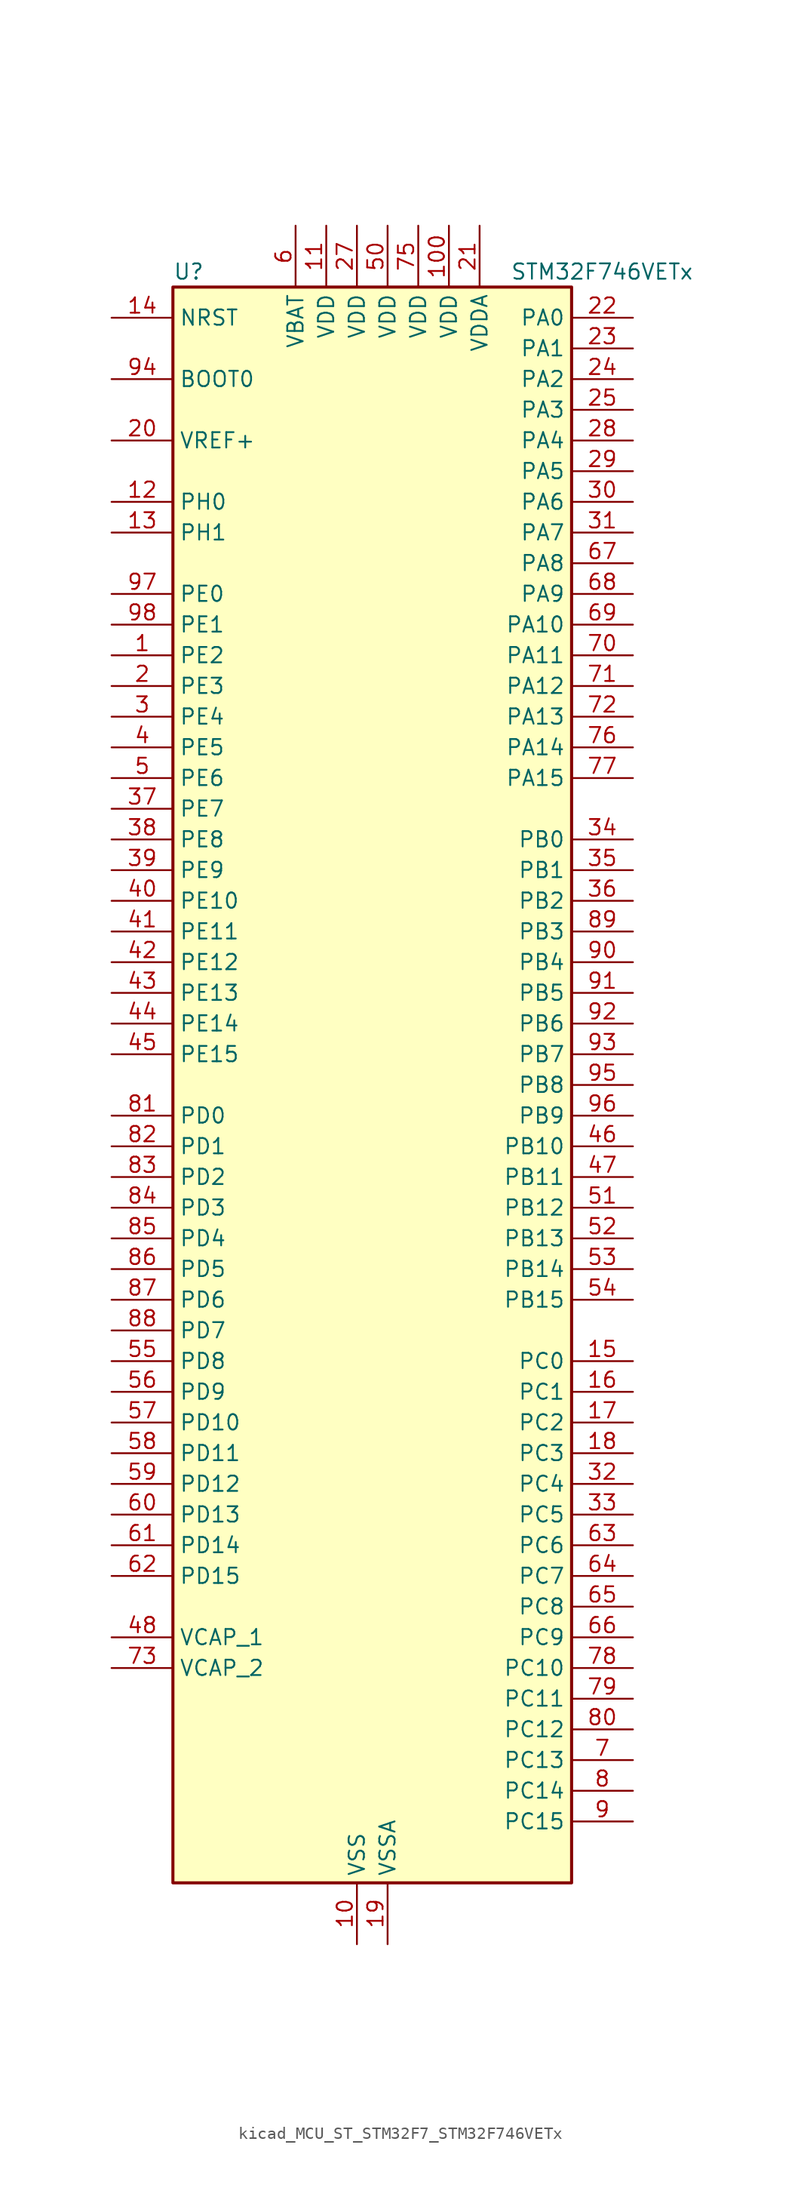
<source format=kicad_sym>
(kicad_symbol_lib
  (version 20220914)
  (generator kicad_symbol_editor)
  (symbol "kicad_MCU_ST_STM32F7_STM32F746VETx"
    (property "Reference" "U"
      (at -15.24 67.31 0)
      (effects (font (size 1.27 1.27)) (justify left)))
    (property "Value" "STM32F746VETx"
      (at 12.7 67.31 0)
      (effects (font (size 1.27 1.27)) (justify left)))
    (property "ki_locked" ""
      (at 0 0 0)
      (effects (font (size 1.27 1.27))))
    (symbol "kicad_MCU_ST_STM32F7_STM32F746VETx_0_1"
      (rectangle (start -15.24 -66.04) (end 17.78 66.04) (stroke (width 0.254) (type default)) (fill (type background))))
    (symbol "kicad_MCU_ST_STM32F7_STM32F746VETx_1_1"
      (pin bidirectional line (at -20.32 35.56 0) (length 5.08) (name "PE2" (effects (font (size 1.27 1.27)))) (number "1" (effects (font (size 1.27 1.27)))) (alternate "ETH_TXD3" bidirectional line) (alternate "FMC_A23" bidirectional line) (alternate "QUADSPI_BK1_IO2" bidirectional line) (alternate "SAI1_MCLK_A" bidirectional line) (alternate "SPI4_SCK" bidirectional line) (alternate "SYS_TRACECLK" bidirectional line))
      (pin power_in line (at 0 -71.12 90) (length 5.08) (name "VSS" (effects (font (size 1.27 1.27)))) (number "10" (effects (font (size 1.27 1.27)))))
      (pin power_in line (at 7.62 71.12 270) (length 5.08) (name "VDD" (effects (font (size 1.27 1.27)))) (number "100" (effects (font (size 1.27 1.27)))))
      (pin power_in line (at -2.54 71.12 270) (length 5.08) (name "VDD" (effects (font (size 1.27 1.27)))) (number "11" (effects (font (size 1.27 1.27)))))
      (pin bidirectional line (at -20.32 48.26 0) (length 5.08) (name "PH0" (effects (font (size 1.27 1.27)))) (number "12" (effects (font (size 1.27 1.27)))) (alternate "RCC_OSC_IN" bidirectional line))
      (pin bidirectional line (at -20.32 45.72 0) (length 5.08) (name "PH1" (effects (font (size 1.27 1.27)))) (number "13" (effects (font (size 1.27 1.27)))) (alternate "RCC_OSC_OUT" bidirectional line))
      (pin input line (at -20.32 63.5 0) (length 5.08) (name "NRST" (effects (font (size 1.27 1.27)))) (number "14" (effects (font (size 1.27 1.27)))))
      (pin bidirectional line (at 22.86 -22.86 180) (length 5.08) (name "PC0" (effects (font (size 1.27 1.27)))) (number "15" (effects (font (size 1.27 1.27)))) (alternate "ADC1_IN10" bidirectional line) (alternate "ADC2_IN10" bidirectional line) (alternate "ADC3_IN10" bidirectional line) (alternate "FMC_SDNWE" bidirectional line) (alternate "LTDC_R5" bidirectional line) (alternate "SAI2_FS_B" bidirectional line) (alternate "USB_OTG_HS_ULPI_STP" bidirectional line))
      (pin bidirectional line (at 22.86 -25.4 180) (length 5.08) (name "PC1" (effects (font (size 1.27 1.27)))) (number "16" (effects (font (size 1.27 1.27)))) (alternate "ADC1_IN11" bidirectional line) (alternate "ADC2_IN11" bidirectional line) (alternate "ADC3_IN11" bidirectional line) (alternate "ETH_MDC" bidirectional line) (alternate "I2S2_SD" bidirectional line) (alternate "RTC_TAMP3" bidirectional line) (alternate "RTC_TS" bidirectional line) (alternate "SAI1_SD_A" bidirectional line) (alternate "SPI2_MOSI" bidirectional line) (alternate "SYS_TRACED0" bidirectional line) (alternate "SYS_WKUP3" bidirectional line))
      (pin bidirectional line (at 22.86 -27.94 180) (length 5.08) (name "PC2" (effects (font (size 1.27 1.27)))) (number "17" (effects (font (size 1.27 1.27)))) (alternate "ADC1_IN12" bidirectional line) (alternate "ADC2_IN12" bidirectional line) (alternate "ADC3_IN12" bidirectional line) (alternate "ETH_TXD2" bidirectional line) (alternate "FMC_SDNE0" bidirectional line) (alternate "SPI2_MISO" bidirectional line) (alternate "USB_OTG_HS_ULPI_DIR" bidirectional line))
      (pin bidirectional line (at 22.86 -30.48 180) (length 5.08) (name "PC3" (effects (font (size 1.27 1.27)))) (number "18" (effects (font (size 1.27 1.27)))) (alternate "ADC1_IN13" bidirectional line) (alternate "ADC2_IN13" bidirectional line) (alternate "ADC3_IN13" bidirectional line) (alternate "ETH_TX_CLK" bidirectional line) (alternate "FMC_SDCKE0" bidirectional line) (alternate "I2S2_SD" bidirectional line) (alternate "SPI2_MOSI" bidirectional line) (alternate "USB_OTG_HS_ULPI_NXT" bidirectional line))
      (pin power_in line (at 2.54 -71.12 90) (length 5.08) (name "VSSA" (effects (font (size 1.27 1.27)))) (number "19" (effects (font (size 1.27 1.27)))))
      (pin bidirectional line (at -20.32 33.02 0) (length 5.08) (name "PE3" (effects (font (size 1.27 1.27)))) (number "2" (effects (font (size 1.27 1.27)))) (alternate "FMC_A19" bidirectional line) (alternate "SAI1_SD_B" bidirectional line) (alternate "SYS_TRACED0" bidirectional line))
      (pin input line (at -20.32 53.34 0) (length 5.08) (name "VREF+" (effects (font (size 1.27 1.27)))) (number "20" (effects (font (size 1.27 1.27)))))
      (pin power_in line (at 10.16 71.12 270) (length 5.08) (name "VDDA" (effects (font (size 1.27 1.27)))) (number "21" (effects (font (size 1.27 1.27)))))
      (pin bidirectional line (at 22.86 63.5 180) (length 5.08) (name "PA0" (effects (font (size 1.27 1.27)))) (number "22" (effects (font (size 1.27 1.27)))) (alternate "ADC1_IN0" bidirectional line) (alternate "ADC2_IN0" bidirectional line) (alternate "ADC3_IN0" bidirectional line) (alternate "ETH_CRS" bidirectional line) (alternate "SAI2_SD_B" bidirectional line) (alternate "SYS_WKUP1" bidirectional line) (alternate "TIM2_CH1" bidirectional line) (alternate "TIM2_ETR" bidirectional line) (alternate "TIM5_CH1" bidirectional line) (alternate "TIM8_ETR" bidirectional line) (alternate "UART4_TX" bidirectional line) (alternate "USART2_CTS" bidirectional line))
      (pin bidirectional line (at 22.86 60.96 180) (length 5.08) (name "PA1" (effects (font (size 1.27 1.27)))) (number "23" (effects (font (size 1.27 1.27)))) (alternate "ADC1_IN1" bidirectional line) (alternate "ADC2_IN1" bidirectional line) (alternate "ADC3_IN1" bidirectional line) (alternate "ETH_REF_CLK" bidirectional line) (alternate "ETH_RX_CLK" bidirectional line) (alternate "LTDC_R2" bidirectional line) (alternate "QUADSPI_BK1_IO3" bidirectional line) (alternate "SAI2_MCLK_B" bidirectional line) (alternate "TIM2_CH2" bidirectional line) (alternate "TIM5_CH2" bidirectional line) (alternate "UART4_RX" bidirectional line) (alternate "USART2_DE" bidirectional line) (alternate "USART2_RTS" bidirectional line))
      (pin bidirectional line (at 22.86 58.42 180) (length 5.08) (name "PA2" (effects (font (size 1.27 1.27)))) (number "24" (effects (font (size 1.27 1.27)))) (alternate "ADC1_IN2" bidirectional line) (alternate "ADC2_IN2" bidirectional line) (alternate "ADC3_IN2" bidirectional line) (alternate "ETH_MDIO" bidirectional line) (alternate "LTDC_R1" bidirectional line) (alternate "SAI2_SCK_B" bidirectional line) (alternate "SYS_WKUP2" bidirectional line) (alternate "TIM2_CH3" bidirectional line) (alternate "TIM5_CH3" bidirectional line) (alternate "TIM9_CH1" bidirectional line) (alternate "USART2_TX" bidirectional line))
      (pin bidirectional line (at 22.86 55.88 180) (length 5.08) (name "PA3" (effects (font (size 1.27 1.27)))) (number "25" (effects (font (size 1.27 1.27)))) (alternate "ADC1_IN3" bidirectional line) (alternate "ADC2_IN3" bidirectional line) (alternate "ADC3_IN3" bidirectional line) (alternate "ETH_COL" bidirectional line) (alternate "LTDC_B5" bidirectional line) (alternate "TIM2_CH4" bidirectional line) (alternate "TIM5_CH4" bidirectional line) (alternate "TIM9_CH2" bidirectional line) (alternate "USART2_RX" bidirectional line) (alternate "USB_OTG_HS_ULPI_D0" bidirectional line))
      (pin passive line (at 0 -71.12 90) (length 5.08) hide (name "VSS" (effects (font (size 1.27 1.27)))) (number "26" (effects (font (size 1.27 1.27)))))
      (pin power_in line (at 0 71.12 270) (length 5.08) (name "VDD" (effects (font (size 1.27 1.27)))) (number "27" (effects (font (size 1.27 1.27)))))
      (pin bidirectional line (at 22.86 53.34 180) (length 5.08) (name "PA4" (effects (font (size 1.27 1.27)))) (number "28" (effects (font (size 1.27 1.27)))) (alternate "ADC1_IN4" bidirectional line) (alternate "ADC2_IN4" bidirectional line) (alternate "DAC_OUT1" bidirectional line) (alternate "DCMI_HSYNC" bidirectional line) (alternate "I2S1_WS" bidirectional line) (alternate "I2S3_WS" bidirectional line) (alternate "LTDC_VSYNC" bidirectional line) (alternate "SPI1_NSS" bidirectional line) (alternate "SPI3_NSS" bidirectional line) (alternate "USART2_CK" bidirectional line) (alternate "USB_OTG_HS_SOF" bidirectional line))
      (pin bidirectional line (at 22.86 50.8 180) (length 5.08) (name "PA5" (effects (font (size 1.27 1.27)))) (number "29" (effects (font (size 1.27 1.27)))) (alternate "ADC1_IN5" bidirectional line) (alternate "ADC2_IN5" bidirectional line) (alternate "DAC_OUT2" bidirectional line) (alternate "I2S1_CK" bidirectional line) (alternate "LTDC_R4" bidirectional line) (alternate "SPI1_SCK" bidirectional line) (alternate "TIM2_CH1" bidirectional line) (alternate "TIM2_ETR" bidirectional line) (alternate "TIM8_CH1N" bidirectional line) (alternate "USB_OTG_HS_ULPI_CK" bidirectional line))
      (pin bidirectional line (at -20.32 30.48 0) (length 5.08) (name "PE4" (effects (font (size 1.27 1.27)))) (number "3" (effects (font (size 1.27 1.27)))) (alternate "DCMI_D4" bidirectional line) (alternate "FMC_A20" bidirectional line) (alternate "LTDC_B0" bidirectional line) (alternate "SAI1_FS_A" bidirectional line) (alternate "SPI4_NSS" bidirectional line) (alternate "SYS_TRACED1" bidirectional line))
      (pin bidirectional line (at 22.86 48.26 180) (length 5.08) (name "PA6" (effects (font (size 1.27 1.27)))) (number "30" (effects (font (size 1.27 1.27)))) (alternate "ADC1_IN6" bidirectional line) (alternate "ADC2_IN6" bidirectional line) (alternate "DCMI_PIXCLK" bidirectional line) (alternate "LTDC_G2" bidirectional line) (alternate "SPI1_MISO" bidirectional line) (alternate "TIM13_CH1" bidirectional line) (alternate "TIM1_BKIN" bidirectional line) (alternate "TIM3_CH1" bidirectional line) (alternate "TIM8_BKIN" bidirectional line))
      (pin bidirectional line (at 22.86 45.72 180) (length 5.08) (name "PA7" (effects (font (size 1.27 1.27)))) (number "31" (effects (font (size 1.27 1.27)))) (alternate "ADC1_IN7" bidirectional line) (alternate "ADC2_IN7" bidirectional line) (alternate "ETH_CRS_DV" bidirectional line) (alternate "ETH_RX_DV" bidirectional line) (alternate "FMC_SDNWE" bidirectional line) (alternate "I2S1_SD" bidirectional line) (alternate "SPI1_MOSI" bidirectional line) (alternate "TIM14_CH1" bidirectional line) (alternate "TIM1_CH1N" bidirectional line) (alternate "TIM3_CH2" bidirectional line) (alternate "TIM8_CH1N" bidirectional line))
      (pin bidirectional line (at 22.86 -33.02 180) (length 5.08) (name "PC4" (effects (font (size 1.27 1.27)))) (number "32" (effects (font (size 1.27 1.27)))) (alternate "ADC1_IN14" bidirectional line) (alternate "ADC2_IN14" bidirectional line) (alternate "ETH_RXD0" bidirectional line) (alternate "FMC_SDNE0" bidirectional line) (alternate "I2S1_MCK" bidirectional line) (alternate "SPDIFRX_IN2" bidirectional line))
      (pin bidirectional line (at 22.86 -35.56 180) (length 5.08) (name "PC5" (effects (font (size 1.27 1.27)))) (number "33" (effects (font (size 1.27 1.27)))) (alternate "ADC1_IN15" bidirectional line) (alternate "ADC2_IN15" bidirectional line) (alternate "ETH_RXD1" bidirectional line) (alternate "FMC_SDCKE0" bidirectional line) (alternate "SPDIFRX_IN3" bidirectional line))
      (pin bidirectional line (at 22.86 20.32 180) (length 5.08) (name "PB0" (effects (font (size 1.27 1.27)))) (number "34" (effects (font (size 1.27 1.27)))) (alternate "ADC1_IN8" bidirectional line) (alternate "ADC2_IN8" bidirectional line) (alternate "ETH_RXD2" bidirectional line) (alternate "LTDC_R3" bidirectional line) (alternate "TIM1_CH2N" bidirectional line) (alternate "TIM3_CH3" bidirectional line) (alternate "TIM8_CH2N" bidirectional line) (alternate "UART4_CTS" bidirectional line) (alternate "USB_OTG_HS_ULPI_D1" bidirectional line))
      (pin bidirectional line (at 22.86 17.78 180) (length 5.08) (name "PB1" (effects (font (size 1.27 1.27)))) (number "35" (effects (font (size 1.27 1.27)))) (alternate "ADC1_IN9" bidirectional line) (alternate "ADC2_IN9" bidirectional line) (alternate "ETH_RXD3" bidirectional line) (alternate "LTDC_R6" bidirectional line) (alternate "TIM1_CH3N" bidirectional line) (alternate "TIM3_CH4" bidirectional line) (alternate "TIM8_CH3N" bidirectional line) (alternate "USB_OTG_HS_ULPI_D2" bidirectional line))
      (pin bidirectional line (at 22.86 15.24 180) (length 5.08) (name "PB2" (effects (font (size 1.27 1.27)))) (number "36" (effects (font (size 1.27 1.27)))) (alternate "I2S3_SD" bidirectional line) (alternate "QUADSPI_CLK" bidirectional line) (alternate "SAI1_SD_A" bidirectional line) (alternate "SPI3_MOSI" bidirectional line))
      (pin bidirectional line (at -20.32 22.86 0) (length 5.08) (name "PE7" (effects (font (size 1.27 1.27)))) (number "37" (effects (font (size 1.27 1.27)))) (alternate "FMC_D4" bidirectional line) (alternate "FMC_DA4" bidirectional line) (alternate "QUADSPI_BK2_IO0" bidirectional line) (alternate "TIM1_ETR" bidirectional line) (alternate "UART7_RX" bidirectional line))
      (pin bidirectional line (at -20.32 20.32 0) (length 5.08) (name "PE8" (effects (font (size 1.27 1.27)))) (number "38" (effects (font (size 1.27 1.27)))) (alternate "FMC_D5" bidirectional line) (alternate "FMC_DA5" bidirectional line) (alternate "QUADSPI_BK2_IO1" bidirectional line) (alternate "TIM1_CH1N" bidirectional line) (alternate "UART7_TX" bidirectional line))
      (pin bidirectional line (at -20.32 17.78 0) (length 5.08) (name "PE9" (effects (font (size 1.27 1.27)))) (number "39" (effects (font (size 1.27 1.27)))) (alternate "DAC_EXTI9" bidirectional line) (alternate "FMC_D6" bidirectional line) (alternate "FMC_DA6" bidirectional line) (alternate "QUADSPI_BK2_IO2" bidirectional line) (alternate "TIM1_CH1" bidirectional line) (alternate "UART7_DE" bidirectional line) (alternate "UART7_RTS" bidirectional line))
      (pin bidirectional line (at -20.32 27.94 0) (length 5.08) (name "PE5" (effects (font (size 1.27 1.27)))) (number "4" (effects (font (size 1.27 1.27)))) (alternate "DCMI_D6" bidirectional line) (alternate "FMC_A21" bidirectional line) (alternate "LTDC_G0" bidirectional line) (alternate "SAI1_SCK_A" bidirectional line) (alternate "SPI4_MISO" bidirectional line) (alternate "SYS_TRACED2" bidirectional line) (alternate "TIM9_CH1" bidirectional line))
      (pin bidirectional line (at -20.32 15.24 0) (length 5.08) (name "PE10" (effects (font (size 1.27 1.27)))) (number "40" (effects (font (size 1.27 1.27)))) (alternate "FMC_D7" bidirectional line) (alternate "FMC_DA7" bidirectional line) (alternate "QUADSPI_BK2_IO3" bidirectional line) (alternate "TIM1_CH2N" bidirectional line) (alternate "UART7_CTS" bidirectional line))
      (pin bidirectional line (at -20.32 12.7 0) (length 5.08) (name "PE11" (effects (font (size 1.27 1.27)))) (number "41" (effects (font (size 1.27 1.27)))) (alternate "ADC1_EXTI11" bidirectional line) (alternate "ADC2_EXTI11" bidirectional line) (alternate "ADC3_EXTI11" bidirectional line) (alternate "FMC_D8" bidirectional line) (alternate "FMC_DA8" bidirectional line) (alternate "LTDC_G3" bidirectional line) (alternate "SAI2_SD_B" bidirectional line) (alternate "SPI4_NSS" bidirectional line) (alternate "TIM1_CH2" bidirectional line))
      (pin bidirectional line (at -20.32 10.16 0) (length 5.08) (name "PE12" (effects (font (size 1.27 1.27)))) (number "42" (effects (font (size 1.27 1.27)))) (alternate "FMC_D9" bidirectional line) (alternate "FMC_DA9" bidirectional line) (alternate "LTDC_B4" bidirectional line) (alternate "SAI2_SCK_B" bidirectional line) (alternate "SPI4_SCK" bidirectional line) (alternate "TIM1_CH3N" bidirectional line))
      (pin bidirectional line (at -20.32 7.62 0) (length 5.08) (name "PE13" (effects (font (size 1.27 1.27)))) (number "43" (effects (font (size 1.27 1.27)))) (alternate "FMC_D10" bidirectional line) (alternate "FMC_DA10" bidirectional line) (alternate "LTDC_DE" bidirectional line) (alternate "SAI2_FS_B" bidirectional line) (alternate "SPI4_MISO" bidirectional line) (alternate "TIM1_CH3" bidirectional line))
      (pin bidirectional line (at -20.32 5.08 0) (length 5.08) (name "PE14" (effects (font (size 1.27 1.27)))) (number "44" (effects (font (size 1.27 1.27)))) (alternate "FMC_D11" bidirectional line) (alternate "FMC_DA11" bidirectional line) (alternate "LTDC_CLK" bidirectional line) (alternate "SAI2_MCLK_B" bidirectional line) (alternate "SPI4_MOSI" bidirectional line) (alternate "TIM1_CH4" bidirectional line))
      (pin bidirectional line (at -20.32 2.54 0) (length 5.08) (name "PE15" (effects (font (size 1.27 1.27)))) (number "45" (effects (font (size 1.27 1.27)))) (alternate "FMC_D12" bidirectional line) (alternate "FMC_DA12" bidirectional line) (alternate "LTDC_R7" bidirectional line) (alternate "TIM1_BKIN" bidirectional line))
      (pin bidirectional line (at 22.86 -5.08 180) (length 5.08) (name "PB10" (effects (font (size 1.27 1.27)))) (number "46" (effects (font (size 1.27 1.27)))) (alternate "ETH_RX_ER" bidirectional line) (alternate "I2C2_SCL" bidirectional line) (alternate "I2S2_CK" bidirectional line) (alternate "LTDC_G4" bidirectional line) (alternate "SPI2_SCK" bidirectional line) (alternate "TIM2_CH3" bidirectional line) (alternate "USART3_TX" bidirectional line) (alternate "USB_OTG_HS_ULPI_D3" bidirectional line))
      (pin bidirectional line (at 22.86 -7.62 180) (length 5.08) (name "PB11" (effects (font (size 1.27 1.27)))) (number "47" (effects (font (size 1.27 1.27)))) (alternate "ADC1_EXTI11" bidirectional line) (alternate "ADC2_EXTI11" bidirectional line) (alternate "ADC3_EXTI11" bidirectional line) (alternate "ETH_TX_EN" bidirectional line) (alternate "I2C2_SDA" bidirectional line) (alternate "LTDC_G5" bidirectional line) (alternate "TIM2_CH4" bidirectional line) (alternate "USART3_RX" bidirectional line) (alternate "USB_OTG_HS_ULPI_D4" bidirectional line))
      (pin power_out line (at -20.32 -45.72 0) (length 5.08) (name "VCAP_1" (effects (font (size 1.27 1.27)))) (number "48" (effects (font (size 1.27 1.27)))))
      (pin passive line (at 0 -71.12 90) (length 5.08) hide (name "VSS" (effects (font (size 1.27 1.27)))) (number "49" (effects (font (size 1.27 1.27)))))
      (pin bidirectional line (at -20.32 25.4 0) (length 5.08) (name "PE6" (effects (font (size 1.27 1.27)))) (number "5" (effects (font (size 1.27 1.27)))) (alternate "DCMI_D7" bidirectional line) (alternate "FMC_A22" bidirectional line) (alternate "LTDC_G1" bidirectional line) (alternate "SAI1_SD_A" bidirectional line) (alternate "SAI2_MCLK_B" bidirectional line) (alternate "SPI4_MOSI" bidirectional line) (alternate "SYS_TRACED3" bidirectional line) (alternate "TIM1_BKIN2" bidirectional line) (alternate "TIM9_CH2" bidirectional line))
      (pin power_in line (at 2.54 71.12 270) (length 5.08) (name "VDD" (effects (font (size 1.27 1.27)))) (number "50" (effects (font (size 1.27 1.27)))))
      (pin bidirectional line (at 22.86 -10.16 180) (length 5.08) (name "PB12" (effects (font (size 1.27 1.27)))) (number "51" (effects (font (size 1.27 1.27)))) (alternate "CAN2_RX" bidirectional line) (alternate "ETH_TXD0" bidirectional line) (alternate "I2C2_SMBA" bidirectional line) (alternate "I2S2_WS" bidirectional line) (alternate "SPI2_NSS" bidirectional line) (alternate "TIM1_BKIN" bidirectional line) (alternate "USART3_CK" bidirectional line) (alternate "USB_OTG_HS_ID" bidirectional line) (alternate "USB_OTG_HS_ULPI_D5" bidirectional line))
      (pin bidirectional line (at 22.86 -12.7 180) (length 5.08) (name "PB13" (effects (font (size 1.27 1.27)))) (number "52" (effects (font (size 1.27 1.27)))) (alternate "CAN2_TX" bidirectional line) (alternate "ETH_TXD1" bidirectional line) (alternate "I2S2_CK" bidirectional line) (alternate "SPI2_SCK" bidirectional line) (alternate "TIM1_CH1N" bidirectional line) (alternate "USART3_CTS" bidirectional line) (alternate "USB_OTG_HS_ULPI_D6" bidirectional line) (alternate "USB_OTG_HS_VBUS" bidirectional line))
      (pin bidirectional line (at 22.86 -15.24 180) (length 5.08) (name "PB14" (effects (font (size 1.27 1.27)))) (number "53" (effects (font (size 1.27 1.27)))) (alternate "SPI2_MISO" bidirectional line) (alternate "TIM12_CH1" bidirectional line) (alternate "TIM1_CH2N" bidirectional line) (alternate "TIM8_CH2N" bidirectional line) (alternate "USART3_DE" bidirectional line) (alternate "USART3_RTS" bidirectional line) (alternate "USB_OTG_HS_DM" bidirectional line))
      (pin bidirectional line (at 22.86 -17.78 180) (length 5.08) (name "PB15" (effects (font (size 1.27 1.27)))) (number "54" (effects (font (size 1.27 1.27)))) (alternate "I2S2_SD" bidirectional line) (alternate "RTC_REFIN" bidirectional line) (alternate "SPI2_MOSI" bidirectional line) (alternate "TIM12_CH2" bidirectional line) (alternate "TIM1_CH3N" bidirectional line) (alternate "TIM8_CH3N" bidirectional line) (alternate "USB_OTG_HS_DP" bidirectional line))
      (pin bidirectional line (at -20.32 -22.86 0) (length 5.08) (name "PD8" (effects (font (size 1.27 1.27)))) (number "55" (effects (font (size 1.27 1.27)))) (alternate "FMC_D13" bidirectional line) (alternate "FMC_DA13" bidirectional line) (alternate "SPDIFRX_IN1" bidirectional line) (alternate "USART3_TX" bidirectional line))
      (pin bidirectional line (at -20.32 -25.4 0) (length 5.08) (name "PD9" (effects (font (size 1.27 1.27)))) (number "56" (effects (font (size 1.27 1.27)))) (alternate "DAC_EXTI9" bidirectional line) (alternate "FMC_D14" bidirectional line) (alternate "FMC_DA14" bidirectional line) (alternate "USART3_RX" bidirectional line))
      (pin bidirectional line (at -20.32 -27.94 0) (length 5.08) (name "PD10" (effects (font (size 1.27 1.27)))) (number "57" (effects (font (size 1.27 1.27)))) (alternate "FMC_D15" bidirectional line) (alternate "FMC_DA15" bidirectional line) (alternate "LTDC_B3" bidirectional line) (alternate "USART3_CK" bidirectional line))
      (pin bidirectional line (at -20.32 -30.48 0) (length 5.08) (name "PD11" (effects (font (size 1.27 1.27)))) (number "58" (effects (font (size 1.27 1.27)))) (alternate "ADC1_EXTI11" bidirectional line) (alternate "ADC2_EXTI11" bidirectional line) (alternate "ADC3_EXTI11" bidirectional line) (alternate "FMC_A16" bidirectional line) (alternate "FMC_CLE" bidirectional line) (alternate "I2C4_SMBA" bidirectional line) (alternate "QUADSPI_BK1_IO0" bidirectional line) (alternate "SAI2_SD_A" bidirectional line) (alternate "USART3_CTS" bidirectional line))
      (pin bidirectional line (at -20.32 -33.02 0) (length 5.08) (name "PD12" (effects (font (size 1.27 1.27)))) (number "59" (effects (font (size 1.27 1.27)))) (alternate "FMC_A17" bidirectional line) (alternate "FMC_ALE" bidirectional line) (alternate "I2C4_SCL" bidirectional line) (alternate "LPTIM1_IN1" bidirectional line) (alternate "QUADSPI_BK1_IO1" bidirectional line) (alternate "SAI2_FS_A" bidirectional line) (alternate "TIM4_CH1" bidirectional line) (alternate "USART3_DE" bidirectional line) (alternate "USART3_RTS" bidirectional line))
      (pin power_in line (at -5.08 71.12 270) (length 5.08) (name "VBAT" (effects (font (size 1.27 1.27)))) (number "6" (effects (font (size 1.27 1.27)))))
      (pin bidirectional line (at -20.32 -35.56 0) (length 5.08) (name "PD13" (effects (font (size 1.27 1.27)))) (number "60" (effects (font (size 1.27 1.27)))) (alternate "FMC_A18" bidirectional line) (alternate "I2C4_SDA" bidirectional line) (alternate "LPTIM1_OUT" bidirectional line) (alternate "QUADSPI_BK1_IO3" bidirectional line) (alternate "SAI2_SCK_A" bidirectional line) (alternate "TIM4_CH2" bidirectional line))
      (pin bidirectional line (at -20.32 -38.1 0) (length 5.08) (name "PD14" (effects (font (size 1.27 1.27)))) (number "61" (effects (font (size 1.27 1.27)))) (alternate "FMC_D0" bidirectional line) (alternate "FMC_DA0" bidirectional line) (alternate "TIM4_CH3" bidirectional line) (alternate "UART8_CTS" bidirectional line))
      (pin bidirectional line (at -20.32 -40.64 0) (length 5.08) (name "PD15" (effects (font (size 1.27 1.27)))) (number "62" (effects (font (size 1.27 1.27)))) (alternate "FMC_D1" bidirectional line) (alternate "FMC_DA1" bidirectional line) (alternate "TIM4_CH4" bidirectional line) (alternate "UART8_DE" bidirectional line) (alternate "UART8_RTS" bidirectional line))
      (pin bidirectional line (at 22.86 -38.1 180) (length 5.08) (name "PC6" (effects (font (size 1.27 1.27)))) (number "63" (effects (font (size 1.27 1.27)))) (alternate "DCMI_D0" bidirectional line) (alternate "I2S2_MCK" bidirectional line) (alternate "LTDC_HSYNC" bidirectional line) (alternate "SDMMC1_D6" bidirectional line) (alternate "TIM3_CH1" bidirectional line) (alternate "TIM8_CH1" bidirectional line) (alternate "USART6_TX" bidirectional line))
      (pin bidirectional line (at 22.86 -40.64 180) (length 5.08) (name "PC7" (effects (font (size 1.27 1.27)))) (number "64" (effects (font (size 1.27 1.27)))) (alternate "DCMI_D1" bidirectional line) (alternate "I2S3_MCK" bidirectional line) (alternate "LTDC_G6" bidirectional line) (alternate "SDMMC1_D7" bidirectional line) (alternate "TIM3_CH2" bidirectional line) (alternate "TIM8_CH2" bidirectional line) (alternate "USART6_RX" bidirectional line))
      (pin bidirectional line (at 22.86 -43.18 180) (length 5.08) (name "PC8" (effects (font (size 1.27 1.27)))) (number "65" (effects (font (size 1.27 1.27)))) (alternate "DCMI_D2" bidirectional line) (alternate "SDMMC1_D0" bidirectional line) (alternate "SYS_TRACED1" bidirectional line) (alternate "TIM3_CH3" bidirectional line) (alternate "TIM8_CH3" bidirectional line) (alternate "UART5_DE" bidirectional line) (alternate "UART5_RTS" bidirectional line) (alternate "USART6_CK" bidirectional line))
      (pin bidirectional line (at 22.86 -45.72 180) (length 5.08) (name "PC9" (effects (font (size 1.27 1.27)))) (number "66" (effects (font (size 1.27 1.27)))) (alternate "DAC_EXTI9" bidirectional line) (alternate "DCMI_D3" bidirectional line) (alternate "I2C3_SDA" bidirectional line) (alternate "I2S_CKIN" bidirectional line) (alternate "QUADSPI_BK1_IO0" bidirectional line) (alternate "RCC_MCO_2" bidirectional line) (alternate "SDMMC1_D1" bidirectional line) (alternate "TIM3_CH4" bidirectional line) (alternate "TIM8_CH4" bidirectional line) (alternate "UART5_CTS" bidirectional line))
      (pin bidirectional line (at 22.86 43.18 180) (length 5.08) (name "PA8" (effects (font (size 1.27 1.27)))) (number "67" (effects (font (size 1.27 1.27)))) (alternate "I2C3_SCL" bidirectional line) (alternate "LTDC_R6" bidirectional line) (alternate "RCC_MCO_1" bidirectional line) (alternate "TIM1_CH1" bidirectional line) (alternate "TIM8_BKIN2" bidirectional line) (alternate "USART1_CK" bidirectional line) (alternate "USB_OTG_FS_SOF" bidirectional line))
      (pin bidirectional line (at 22.86 40.64 180) (length 5.08) (name "PA9" (effects (font (size 1.27 1.27)))) (number "68" (effects (font (size 1.27 1.27)))) (alternate "DAC_EXTI9" bidirectional line) (alternate "DCMI_D0" bidirectional line) (alternate "I2C3_SMBA" bidirectional line) (alternate "I2S2_CK" bidirectional line) (alternate "SPI2_SCK" bidirectional line) (alternate "TIM1_CH2" bidirectional line) (alternate "USART1_TX" bidirectional line) (alternate "USB_OTG_FS_VBUS" bidirectional line))
      (pin bidirectional line (at 22.86 38.1 180) (length 5.08) (name "PA10" (effects (font (size 1.27 1.27)))) (number "69" (effects (font (size 1.27 1.27)))) (alternate "DCMI_D1" bidirectional line) (alternate "TIM1_CH3" bidirectional line) (alternate "USART1_RX" bidirectional line) (alternate "USB_OTG_FS_ID" bidirectional line))
      (pin bidirectional line (at 22.86 -55.88 180) (length 5.08) (name "PC13" (effects (font (size 1.27 1.27)))) (number "7" (effects (font (size 1.27 1.27)))) (alternate "RTC_OUT" bidirectional line) (alternate "RTC_TAMP1" bidirectional line) (alternate "RTC_TS" bidirectional line) (alternate "SYS_WKUP4" bidirectional line))
      (pin bidirectional line (at 22.86 35.56 180) (length 5.08) (name "PA11" (effects (font (size 1.27 1.27)))) (number "70" (effects (font (size 1.27 1.27)))) (alternate "ADC1_EXTI11" bidirectional line) (alternate "ADC2_EXTI11" bidirectional line) (alternate "ADC3_EXTI11" bidirectional line) (alternate "CAN1_RX" bidirectional line) (alternate "LTDC_R4" bidirectional line) (alternate "TIM1_CH4" bidirectional line) (alternate "USART1_CTS" bidirectional line) (alternate "USB_OTG_FS_DM" bidirectional line))
      (pin bidirectional line (at 22.86 33.02 180) (length 5.08) (name "PA12" (effects (font (size 1.27 1.27)))) (number "71" (effects (font (size 1.27 1.27)))) (alternate "CAN1_TX" bidirectional line) (alternate "LTDC_R5" bidirectional line) (alternate "SAI2_FS_B" bidirectional line) (alternate "TIM1_ETR" bidirectional line) (alternate "USART1_DE" bidirectional line) (alternate "USART1_RTS" bidirectional line) (alternate "USB_OTG_FS_DP" bidirectional line))
      (pin bidirectional line (at 22.86 30.48 180) (length 5.08) (name "PA13" (effects (font (size 1.27 1.27)))) (number "72" (effects (font (size 1.27 1.27)))) (alternate "SYS_JTMS-SWDIO" bidirectional line))
      (pin power_out line (at -20.32 -48.26 0) (length 5.08) (name "VCAP_2" (effects (font (size 1.27 1.27)))) (number "73" (effects (font (size 1.27 1.27)))))
      (pin passive line (at 0 -71.12 90) (length 5.08) hide (name "VSS" (effects (font (size 1.27 1.27)))) (number "74" (effects (font (size 1.27 1.27)))))
      (pin power_in line (at 5.08 71.12 270) (length 5.08) (name "VDD" (effects (font (size 1.27 1.27)))) (number "75" (effects (font (size 1.27 1.27)))))
      (pin bidirectional line (at 22.86 27.94 180) (length 5.08) (name "PA14" (effects (font (size 1.27 1.27)))) (number "76" (effects (font (size 1.27 1.27)))) (alternate "SYS_JTCK-SWCLK" bidirectional line))
      (pin bidirectional line (at 22.86 25.4 180) (length 5.08) (name "PA15" (effects (font (size 1.27 1.27)))) (number "77" (effects (font (size 1.27 1.27)))) (alternate "CEC" bidirectional line) (alternate "I2S1_WS" bidirectional line) (alternate "I2S3_WS" bidirectional line) (alternate "SPI1_NSS" bidirectional line) (alternate "SPI3_NSS" bidirectional line) (alternate "SYS_JTDI" bidirectional line) (alternate "TIM2_CH1" bidirectional line) (alternate "TIM2_ETR" bidirectional line) (alternate "UART4_DE" bidirectional line) (alternate "UART4_RTS" bidirectional line))
      (pin bidirectional line (at 22.86 -48.26 180) (length 5.08) (name "PC10" (effects (font (size 1.27 1.27)))) (number "78" (effects (font (size 1.27 1.27)))) (alternate "DCMI_D8" bidirectional line) (alternate "I2S3_CK" bidirectional line) (alternate "LTDC_R2" bidirectional line) (alternate "QUADSPI_BK1_IO1" bidirectional line) (alternate "SDMMC1_D2" bidirectional line) (alternate "SPI3_SCK" bidirectional line) (alternate "UART4_TX" bidirectional line) (alternate "USART3_TX" bidirectional line))
      (pin bidirectional line (at 22.86 -50.8 180) (length 5.08) (name "PC11" (effects (font (size 1.27 1.27)))) (number "79" (effects (font (size 1.27 1.27)))) (alternate "ADC1_EXTI11" bidirectional line) (alternate "ADC2_EXTI11" bidirectional line) (alternate "ADC3_EXTI11" bidirectional line) (alternate "DCMI_D4" bidirectional line) (alternate "QUADSPI_BK2_NCS" bidirectional line) (alternate "SDMMC1_D3" bidirectional line) (alternate "SPI3_MISO" bidirectional line) (alternate "UART4_RX" bidirectional line) (alternate "USART3_RX" bidirectional line))
      (pin bidirectional line (at 22.86 -58.42 180) (length 5.08) (name "PC14" (effects (font (size 1.27 1.27)))) (number "8" (effects (font (size 1.27 1.27)))) (alternate "RCC_OSC32_IN" bidirectional line))
      (pin bidirectional line (at 22.86 -53.34 180) (length 5.08) (name "PC12" (effects (font (size 1.27 1.27)))) (number "80" (effects (font (size 1.27 1.27)))) (alternate "DCMI_D9" bidirectional line) (alternate "I2S3_SD" bidirectional line) (alternate "SDMMC1_CK" bidirectional line) (alternate "SPI3_MOSI" bidirectional line) (alternate "SYS_TRACED3" bidirectional line) (alternate "UART5_TX" bidirectional line) (alternate "USART3_CK" bidirectional line))
      (pin bidirectional line (at -20.32 -2.54 0) (length 5.08) (name "PD0" (effects (font (size 1.27 1.27)))) (number "81" (effects (font (size 1.27 1.27)))) (alternate "CAN1_RX" bidirectional line) (alternate "FMC_D2" bidirectional line) (alternate "FMC_DA2" bidirectional line))
      (pin bidirectional line (at -20.32 -5.08 0) (length 5.08) (name "PD1" (effects (font (size 1.27 1.27)))) (number "82" (effects (font (size 1.27 1.27)))) (alternate "CAN1_TX" bidirectional line) (alternate "FMC_D3" bidirectional line) (alternate "FMC_DA3" bidirectional line))
      (pin bidirectional line (at -20.32 -7.62 0) (length 5.08) (name "PD2" (effects (font (size 1.27 1.27)))) (number "83" (effects (font (size 1.27 1.27)))) (alternate "DCMI_D11" bidirectional line) (alternate "SDMMC1_CMD" bidirectional line) (alternate "SYS_TRACED2" bidirectional line) (alternate "TIM3_ETR" bidirectional line) (alternate "UART5_RX" bidirectional line))
      (pin bidirectional line (at -20.32 -10.16 0) (length 5.08) (name "PD3" (effects (font (size 1.27 1.27)))) (number "84" (effects (font (size 1.27 1.27)))) (alternate "DCMI_D5" bidirectional line) (alternate "FMC_CLK" bidirectional line) (alternate "I2S2_CK" bidirectional line) (alternate "LTDC_G7" bidirectional line) (alternate "SPI2_SCK" bidirectional line) (alternate "USART2_CTS" bidirectional line))
      (pin bidirectional line (at -20.32 -12.7 0) (length 5.08) (name "PD4" (effects (font (size 1.27 1.27)))) (number "85" (effects (font (size 1.27 1.27)))) (alternate "FMC_NOE" bidirectional line) (alternate "USART2_DE" bidirectional line) (alternate "USART2_RTS" bidirectional line))
      (pin bidirectional line (at -20.32 -15.24 0) (length 5.08) (name "PD5" (effects (font (size 1.27 1.27)))) (number "86" (effects (font (size 1.27 1.27)))) (alternate "FMC_NWE" bidirectional line) (alternate "USART2_TX" bidirectional line))
      (pin bidirectional line (at -20.32 -17.78 0) (length 5.08) (name "PD6" (effects (font (size 1.27 1.27)))) (number "87" (effects (font (size 1.27 1.27)))) (alternate "DCMI_D10" bidirectional line) (alternate "FMC_NWAIT" bidirectional line) (alternate "I2S3_SD" bidirectional line) (alternate "LTDC_B2" bidirectional line) (alternate "SAI1_SD_A" bidirectional line) (alternate "SPI3_MOSI" bidirectional line) (alternate "USART2_RX" bidirectional line))
      (pin bidirectional line (at -20.32 -20.32 0) (length 5.08) (name "PD7" (effects (font (size 1.27 1.27)))) (number "88" (effects (font (size 1.27 1.27)))) (alternate "FMC_NE1" bidirectional line) (alternate "SPDIFRX_IN0" bidirectional line) (alternate "USART2_CK" bidirectional line))
      (pin bidirectional line (at 22.86 12.7 180) (length 5.08) (name "PB3" (effects (font (size 1.27 1.27)))) (number "89" (effects (font (size 1.27 1.27)))) (alternate "I2S1_CK" bidirectional line) (alternate "I2S3_CK" bidirectional line) (alternate "SPI1_SCK" bidirectional line) (alternate "SPI3_SCK" bidirectional line) (alternate "SYS_JTDO-SWO" bidirectional line) (alternate "TIM2_CH2" bidirectional line))
      (pin bidirectional line (at 22.86 -60.96 180) (length 5.08) (name "PC15" (effects (font (size 1.27 1.27)))) (number "9" (effects (font (size 1.27 1.27)))) (alternate "RCC_OSC32_OUT" bidirectional line))
      (pin bidirectional line (at 22.86 10.16 180) (length 5.08) (name "PB4" (effects (font (size 1.27 1.27)))) (number "90" (effects (font (size 1.27 1.27)))) (alternate "I2S2_WS" bidirectional line) (alternate "SPI1_MISO" bidirectional line) (alternate "SPI2_NSS" bidirectional line) (alternate "SPI3_MISO" bidirectional line) (alternate "SYS_JTRST" bidirectional line) (alternate "TIM3_CH1" bidirectional line))
      (pin bidirectional line (at 22.86 7.62 180) (length 5.08) (name "PB5" (effects (font (size 1.27 1.27)))) (number "91" (effects (font (size 1.27 1.27)))) (alternate "CAN2_RX" bidirectional line) (alternate "DCMI_D10" bidirectional line) (alternate "ETH_PPS_OUT" bidirectional line) (alternate "FMC_SDCKE1" bidirectional line) (alternate "I2C1_SMBA" bidirectional line) (alternate "I2S1_SD" bidirectional line) (alternate "I2S3_SD" bidirectional line) (alternate "SPI1_MOSI" bidirectional line) (alternate "SPI3_MOSI" bidirectional line) (alternate "TIM3_CH2" bidirectional line) (alternate "USB_OTG_HS_ULPI_D7" bidirectional line))
      (pin bidirectional line (at 22.86 5.08 180) (length 5.08) (name "PB6" (effects (font (size 1.27 1.27)))) (number "92" (effects (font (size 1.27 1.27)))) (alternate "CAN2_TX" bidirectional line) (alternate "CEC" bidirectional line) (alternate "DCMI_D5" bidirectional line) (alternate "FMC_SDNE1" bidirectional line) (alternate "I2C1_SCL" bidirectional line) (alternate "QUADSPI_BK1_NCS" bidirectional line) (alternate "TIM4_CH1" bidirectional line) (alternate "USART1_TX" bidirectional line))
      (pin bidirectional line (at 22.86 2.54 180) (length 5.08) (name "PB7" (effects (font (size 1.27 1.27)))) (number "93" (effects (font (size 1.27 1.27)))) (alternate "DCMI_VSYNC" bidirectional line) (alternate "FMC_NL" bidirectional line) (alternate "I2C1_SDA" bidirectional line) (alternate "TIM4_CH2" bidirectional line) (alternate "USART1_RX" bidirectional line))
      (pin input line (at -20.32 58.42 0) (length 5.08) (name "BOOT0" (effects (font (size 1.27 1.27)))) (number "94" (effects (font (size 1.27 1.27)))))
      (pin bidirectional line (at 22.86 0 180) (length 5.08) (name "PB8" (effects (font (size 1.27 1.27)))) (number "95" (effects (font (size 1.27 1.27)))) (alternate "CAN1_RX" bidirectional line) (alternate "DCMI_D6" bidirectional line) (alternate "ETH_TXD3" bidirectional line) (alternate "I2C1_SCL" bidirectional line) (alternate "LTDC_B6" bidirectional line) (alternate "SDMMC1_D4" bidirectional line) (alternate "TIM10_CH1" bidirectional line) (alternate "TIM4_CH3" bidirectional line))
      (pin bidirectional line (at 22.86 -2.54 180) (length 5.08) (name "PB9" (effects (font (size 1.27 1.27)))) (number "96" (effects (font (size 1.27 1.27)))) (alternate "CAN1_TX" bidirectional line) (alternate "DAC_EXTI9" bidirectional line) (alternate "DCMI_D7" bidirectional line) (alternate "I2C1_SDA" bidirectional line) (alternate "I2S2_WS" bidirectional line) (alternate "LTDC_B7" bidirectional line) (alternate "SDMMC1_D5" bidirectional line) (alternate "SPI2_NSS" bidirectional line) (alternate "TIM11_CH1" bidirectional line) (alternate "TIM4_CH4" bidirectional line))
      (pin bidirectional line (at -20.32 40.64 0) (length 5.08) (name "PE0" (effects (font (size 1.27 1.27)))) (number "97" (effects (font (size 1.27 1.27)))) (alternate "DCMI_D2" bidirectional line) (alternate "FMC_NBL0" bidirectional line) (alternate "LPTIM1_ETR" bidirectional line) (alternate "SAI2_MCLK_A" bidirectional line) (alternate "TIM4_ETR" bidirectional line) (alternate "UART8_RX" bidirectional line))
      (pin bidirectional line (at -20.32 38.1 0) (length 5.08) (name "PE1" (effects (font (size 1.27 1.27)))) (number "98" (effects (font (size 1.27 1.27)))) (alternate "DCMI_D3" bidirectional line) (alternate "FMC_NBL1" bidirectional line) (alternate "LPTIM1_IN2" bidirectional line) (alternate "UART8_TX" bidirectional line))
      (pin passive line (at 0 -71.12 90) (length 5.08) hide (name "VSS" (effects (font (size 1.27 1.27)))) (number "99" (effects (font (size 1.27 1.27))))))))
</source>
